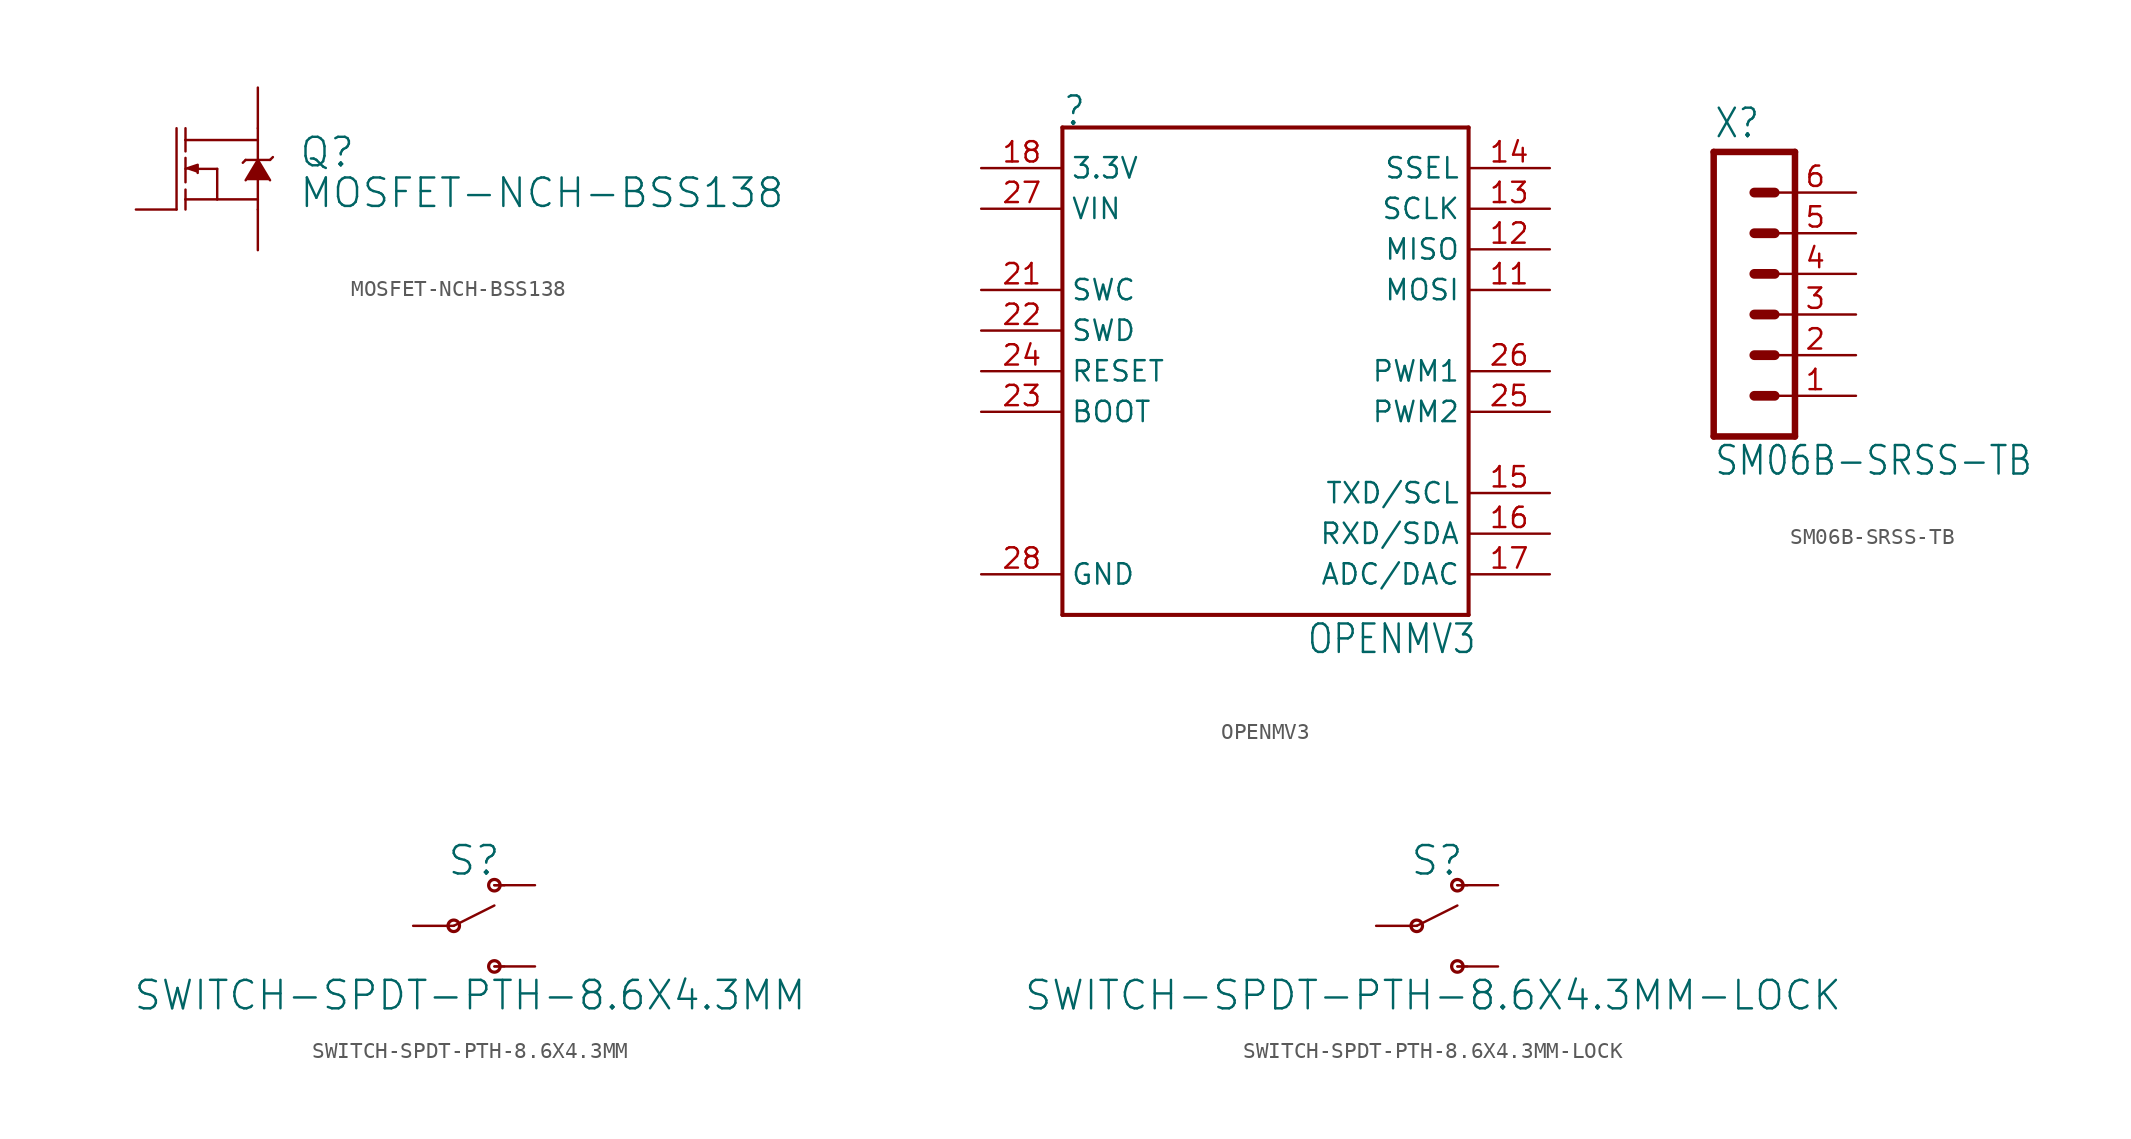
<source format=kicad_sym>
(kicad_symbol_lib
  (version 20211014)
  (generator kicad_symbol_editor)
  (symbol "MOSFET-NCH-BSS138"
    (property "Reference" "Q"
      (at 5.08 0 0)
      (effects (font (size 1.778 1.778)) (justify left bottom)))
    (property "Value" "MOSFET-NCH-BSS138"
      (at 5.08 -2.54 0)
      (effects (font (size 1.778 1.778)) (justify left bottom)))
    (property "ki_locked" ""
      (at 0 0 0)
      (effects (font (size 1.27 1.27))))
    (symbol "MOSFET-NCH-BSS138_1_0"
      (polyline (pts (xy -2.54 -2.54) (xy -2.54 2.54)) (stroke (width 0.152) (type default) (color 0 0 0 0)) (fill (type none)))
      (polyline (pts (xy -1.981 -1.905) (xy -1.981 -2.54)) (stroke (width 0.152) (type default) (color 0 0 0 0)) (fill (type none)))
      (polyline (pts (xy -1.981 -1.905) (xy 0 -1.905)) (stroke (width 0.152) (type default) (color 0 0 0 0)) (fill (type none)))
      (polyline (pts (xy -1.981 -1.295) (xy -1.981 -1.905)) (stroke (width 0.152) (type default) (color 0 0 0 0)) (fill (type none)))
      (polyline (pts (xy -1.981 0.686) (xy -1.981 -0.838)) (stroke (width 0.152) (type default) (color 0 0 0 0)) (fill (type none)))
      (polyline (pts (xy -1.981 1.803) (xy -1.981 1.092)) (stroke (width 0.152) (type default) (color 0 0 0 0)) (fill (type none)))
      (polyline (pts (xy -1.981 1.803) (xy 2.54 1.803)) (stroke (width 0.152) (type default) (color 0 0 0 0)) (fill (type none)))
      (polyline (pts (xy -1.981 2.54) (xy -1.981 1.803)) (stroke (width 0.152) (type default) (color 0 0 0 0)) (fill (type none)))
      (polyline (pts (xy 0 -1.905) (xy 0 0)) (stroke (width 0.152) (type default) (color 0 0 0 0)) (fill (type none)))
      (polyline (pts (xy 0 0) (xy -1.219 0)) (stroke (width 0.152) (type default) (color 0 0 0 0)) (fill (type none)))
      (polyline (pts (xy 1.6 0.381) (xy 1.778 0.559)) (stroke (width 0.152) (type default) (color 0 0 0 0)) (fill (type none)))
      (polyline (pts (xy 2.54 -2.54) (xy 2.54 -1.905)) (stroke (width 0.152) (type default) (color 0 0 0 0)) (fill (type none)))
      (polyline (pts (xy 2.54 -1.905) (xy 0 -1.905)) (stroke (width 0.152) (type default) (color 0 0 0 0)) (fill (type none)))
      (polyline (pts (xy 2.54 -0.711) (xy 2.54 -1.905)) (stroke (width 0.152) (type default) (color 0 0 0 0)) (fill (type none)))
      (polyline (pts (xy 2.54 0.559) (xy 1.778 0.559)) (stroke (width 0.152) (type default) (color 0 0 0 0)) (fill (type none)))
      (polyline (pts (xy 2.54 0.559) (xy 3.302 0.559)) (stroke (width 0.152) (type default) (color 0 0 0 0)) (fill (type none)))
      (polyline (pts (xy 2.54 1.803) (xy 2.54 0.559)) (stroke (width 0.152) (type default) (color 0 0 0 0)) (fill (type none)))
      (polyline (pts (xy 2.54 2.54) (xy 2.54 1.803)) (stroke (width 0.152) (type default) (color 0 0 0 0)) (fill (type none)))
      (polyline (pts (xy 3.302 0.559) (xy 3.48 0.737)) (stroke (width 0.152) (type default) (color 0 0 0 0)) (fill (type none)))
      (polyline (pts (xy -1.981 0) (xy -1.219 0.254) (xy -1.219 -0.254)) (stroke (width 0) (type default) (color 0 0 0 0)) (fill (type outline)))
      (polyline (pts (xy 1.778 -0.711) (xy 2.54 0.559) (xy 3.302 -0.711)) (stroke (width 0) (type default) (color 0 0 0 0)) (fill (type outline)))
      (pin bidirectional line (at -5.08 -2.54 0) (length 2.54) (name "G" (effects (font (size 0 0)))) (number "1" (effects (font (size 0 0)))))
      (pin bidirectional line (at 2.54 -5.08 90) (length 2.54) (name "S" (effects (font (size 0 0)))) (number "2" (effects (font (size 0 0)))))
      (pin bidirectional line (at 2.54 5.08 270) (length 2.54) (name "D" (effects (font (size 0 0)))) (number "3" (effects (font (size 0 0)))))))
  (symbol "OPENMV3"
    (property "Reference" ""
      (at -12.7 12.7 0)
      (effects (font (size 1.778 1.511)) (justify left bottom)))
    (property "Value" "OPENMV3"
      (at 2.54 -20.32 0)
      (effects (font (size 1.778 1.511)) (justify left bottom)))
    (property "ki_locked" ""
      (at 0 0 0)
      (effects (font (size 1.27 1.27))))
    (symbol "OPENMV3_1_0"
      (polyline (pts (xy -12.7 -17.78) (xy -12.7 12.7)) (stroke (width 0.254) (type default) (color 0 0 0 0)) (fill (type none)))
      (polyline (pts (xy -12.7 12.7) (xy 12.7 12.7)) (stroke (width 0.254) (type default) (color 0 0 0 0)) (fill (type none)))
      (polyline (pts (xy 12.7 -17.78) (xy -12.7 -17.78)) (stroke (width 0.254) (type default) (color 0 0 0 0)) (fill (type none)))
      (polyline (pts (xy 12.7 12.7) (xy 12.7 -17.78)) (stroke (width 0.254) (type default) (color 0 0 0 0)) (fill (type none)))
      (pin bidirectional line (at 17.78 2.54 180) (length 5.08) (name "MOSI" (effects (font (size 1.27 1.27)))) (number "11" (effects (font (size 1.27 1.27)))))
      (pin bidirectional line (at 17.78 5.08 180) (length 5.08) (name "MISO" (effects (font (size 1.27 1.27)))) (number "12" (effects (font (size 1.27 1.27)))))
      (pin bidirectional line (at 17.78 7.62 180) (length 5.08) (name "SCLK" (effects (font (size 1.27 1.27)))) (number "13" (effects (font (size 1.27 1.27)))))
      (pin bidirectional line (at 17.78 10.16 180) (length 5.08) (name "SSEL" (effects (font (size 1.27 1.27)))) (number "14" (effects (font (size 1.27 1.27)))))
      (pin bidirectional line (at 17.78 -10.16 180) (length 5.08) (name "TXD/SCL" (effects (font (size 1.27 1.27)))) (number "15" (effects (font (size 1.27 1.27)))))
      (pin bidirectional line (at 17.78 -12.7 180) (length 5.08) (name "RXD/SDA" (effects (font (size 1.27 1.27)))) (number "16" (effects (font (size 1.27 1.27)))))
      (pin bidirectional line (at 17.78 -15.24 180) (length 5.08) (name "ADC/DAC" (effects (font (size 1.27 1.27)))) (number "17" (effects (font (size 1.27 1.27)))))
      (pin power_in line (at -17.78 10.16 0) (length 5.08) (name "3.3V" (effects (font (size 1.27 1.27)))) (number "18" (effects (font (size 1.27 1.27)))))
      (pin bidirectional line (at -17.78 2.54 0) (length 5.08) (name "SWC" (effects (font (size 1.27 1.27)))) (number "21" (effects (font (size 1.27 1.27)))))
      (pin bidirectional line (at -17.78 0 0) (length 5.08) (name "SWD" (effects (font (size 1.27 1.27)))) (number "22" (effects (font (size 1.27 1.27)))))
      (pin bidirectional line (at -17.78 -5.08 0) (length 5.08) (name "BOOT" (effects (font (size 1.27 1.27)))) (number "23" (effects (font (size 1.27 1.27)))))
      (pin bidirectional line (at -17.78 -2.54 0) (length 5.08) (name "RESET" (effects (font (size 1.27 1.27)))) (number "24" (effects (font (size 1.27 1.27)))))
      (pin bidirectional line (at 17.78 -5.08 180) (length 5.08) (name "PWM2" (effects (font (size 1.27 1.27)))) (number "25" (effects (font (size 1.27 1.27)))))
      (pin bidirectional line (at 17.78 -2.54 180) (length 5.08) (name "PWM1" (effects (font (size 1.27 1.27)))) (number "26" (effects (font (size 1.27 1.27)))))
      (pin power_in line (at -17.78 7.62 0) (length 5.08) (name "VIN" (effects (font (size 1.27 1.27)))) (number "27" (effects (font (size 1.27 1.27)))))
      (pin power_in line (at -17.78 -15.24 0) (length 5.08) (name "GND" (effects (font (size 1.27 1.27)))) (number "28" (effects (font (size 1.27 1.27)))))))
  (symbol "SM06B-SRSS-TB"
    (property "Reference" "X"
      (at -1.27 8.382 0)
      (effects (font (size 1.778 1.511)) (justify left bottom)))
    (property "Value" "SM06B-SRSS-TB"
      (at -1.27 -12.7 0)
      (effects (font (size 1.778 1.511)) (justify left bottom)))
    (property "ki_locked" ""
      (at 0 0 0)
      (effects (font (size 1.27 1.27))))
    (symbol "SM06B-SRSS-TB_1_0"
      (polyline (pts (xy -1.27 7.62) (xy -1.27 -10.16)) (stroke (width 0.406) (type default) (color 0 0 0 0)) (fill (type none)))
      (polyline (pts (xy -1.27 7.62) (xy 3.81 7.62)) (stroke (width 0.406) (type default) (color 0 0 0 0)) (fill (type none)))
      (polyline (pts (xy 1.27 -7.62) (xy 2.54 -7.62)) (stroke (width 0.61) (type default) (color 0 0 0 0)) (fill (type none)))
      (polyline (pts (xy 1.27 -5.08) (xy 2.54 -5.08)) (stroke (width 0.61) (type default) (color 0 0 0 0)) (fill (type none)))
      (polyline (pts (xy 1.27 -2.54) (xy 2.54 -2.54)) (stroke (width 0.61) (type default) (color 0 0 0 0)) (fill (type none)))
      (polyline (pts (xy 1.27 0) (xy 2.54 0)) (stroke (width 0.61) (type default) (color 0 0 0 0)) (fill (type none)))
      (polyline (pts (xy 1.27 2.54) (xy 2.54 2.54)) (stroke (width 0.61) (type default) (color 0 0 0 0)) (fill (type none)))
      (polyline (pts (xy 1.27 5.08) (xy 2.54 5.08)) (stroke (width 0.61) (type default) (color 0 0 0 0)) (fill (type none)))
      (polyline (pts (xy 3.81 -10.16) (xy -1.27 -10.16)) (stroke (width 0.406) (type default) (color 0 0 0 0)) (fill (type none)))
      (polyline (pts (xy 3.81 -10.16) (xy 3.81 7.62)) (stroke (width 0.406) (type default) (color 0 0 0 0)) (fill (type none)))
      (pin passive line (at 7.62 -7.62 180) (length 5.08) (name "1" (effects (font (size 0 0)))) (number "1" (effects (font (size 1.27 1.27)))))
      (pin passive line (at 7.62 -5.08 180) (length 5.08) (name "2" (effects (font (size 0 0)))) (number "2" (effects (font (size 1.27 1.27)))))
      (pin passive line (at 7.62 -2.54 180) (length 5.08) (name "3" (effects (font (size 0 0)))) (number "3" (effects (font (size 1.27 1.27)))))
      (pin passive line (at 7.62 0 180) (length 5.08) (name "4" (effects (font (size 0 0)))) (number "4" (effects (font (size 1.27 1.27)))))
      (pin passive line (at 7.62 2.54 180) (length 5.08) (name "5" (effects (font (size 0 0)))) (number "5" (effects (font (size 1.27 1.27)))))
      (pin passive line (at 7.62 5.08 180) (length 5.08) (name "6" (effects (font (size 0 0)))) (number "6" (effects (font (size 1.27 1.27)))))))
  (symbol "SWITCH-SPDT-PTH-8.6X4.3MM"
    (property "Reference" "S"
      (at 1.27 3.048 0)
      (effects (font (size 1.778 1.778)) (justify bottom)))
    (property "Value" "SWITCH-SPDT-PTH-8.6X4.3MM"
      (at 1.016 -3.302 0)
      (effects (font (size 1.778 1.778)) (justify top)))
    (property "ki_locked" ""
      (at 0 0 0)
      (effects (font (size 1.27 1.27))))
    (symbol "SWITCH-SPDT-PTH-8.6X4.3MM_1_0"
      (polyline (pts (xy 0 0) (xy 2.54 1.27)) (stroke (width 0.152) (type default) (color 0 0 0 0)) (fill (type none)))
      (polyline (pts (xy 2.54 -2.54) (xy 3.175 -2.54)) (stroke (width 0.127) (type default) (color 0 0 0 0)) (fill (type none)))
      (polyline (pts (xy 2.54 2.54) (xy 3.175 2.54)) (stroke (width 0.152) (type default) (color 0 0 0 0)) (fill (type none)))
      (circle (center 0 0) (radius 0.359) (stroke (width 0.203) (type default) (color 0 0 0 0)) (fill (type none)))
      (circle (center 2.54 -2.54) (radius 0.359) (stroke (width 0.203) (type default) (color 0 0 0 0)) (fill (type none)))
      (circle (center 2.54 2.54) (radius 0.359) (stroke (width 0.203) (type default) (color 0 0 0 0)) (fill (type none)))
      (pin passive line (at 5.08 2.54 180) (length 2.54) (name "O" (effects (font (size 0 0)))) (number "1" (effects (font (size 0 0)))))
      (pin passive line (at -2.54 0 0) (length 2.54) (name "P" (effects (font (size 0 0)))) (number "2" (effects (font (size 0 0)))))
      (pin passive line (at 5.08 -2.54 180) (length 2.54) (name "S" (effects (font (size 0 0)))) (number "3" (effects (font (size 0 0)))))))
  (symbol "SWITCH-SPDT-PTH-8.6X4.3MM-LOCK"
    (property "Reference" "S"
      (at 1.27 3.048 0)
      (effects (font (size 1.778 1.778)) (justify bottom)))
    (property "Value" "SWITCH-SPDT-PTH-8.6X4.3MM-LOCK"
      (at 1.016 -3.302 0)
      (effects (font (size 1.778 1.778)) (justify top)))
    (property "ki_locked" ""
      (at 0 0 0)
      (effects (font (size 1.27 1.27))))
    (symbol "SWITCH-SPDT-PTH-8.6X4.3MM-LOCK_1_0"
      (polyline (pts (xy 0 0) (xy 2.54 1.27)) (stroke (width 0.152) (type default) (color 0 0 0 0)) (fill (type none)))
      (polyline (pts (xy 2.54 -2.54) (xy 3.175 -2.54)) (stroke (width 0.127) (type default) (color 0 0 0 0)) (fill (type none)))
      (polyline (pts (xy 2.54 2.54) (xy 3.175 2.54)) (stroke (width 0.152) (type default) (color 0 0 0 0)) (fill (type none)))
      (circle (center 0 0) (radius 0.359) (stroke (width 0.203) (type default) (color 0 0 0 0)) (fill (type none)))
      (circle (center 2.54 -2.54) (radius 0.359) (stroke (width 0.203) (type default) (color 0 0 0 0)) (fill (type none)))
      (circle (center 2.54 2.54) (radius 0.359) (stroke (width 0.203) (type default) (color 0 0 0 0)) (fill (type none)))
      (pin passive line (at 5.08 2.54 180) (length 2.54) (name "O" (effects (font (size 0 0)))) (number "1" (effects (font (size 0 0)))))
      (pin passive line (at -2.54 0 0) (length 2.54) (name "P" (effects (font (size 0 0)))) (number "2" (effects (font (size 0 0)))))
      (pin passive line (at 5.08 -2.54 180) (length 2.54) (name "S" (effects (font (size 0 0)))) (number "3" (effects (font (size 0 0))))))))
</source>
